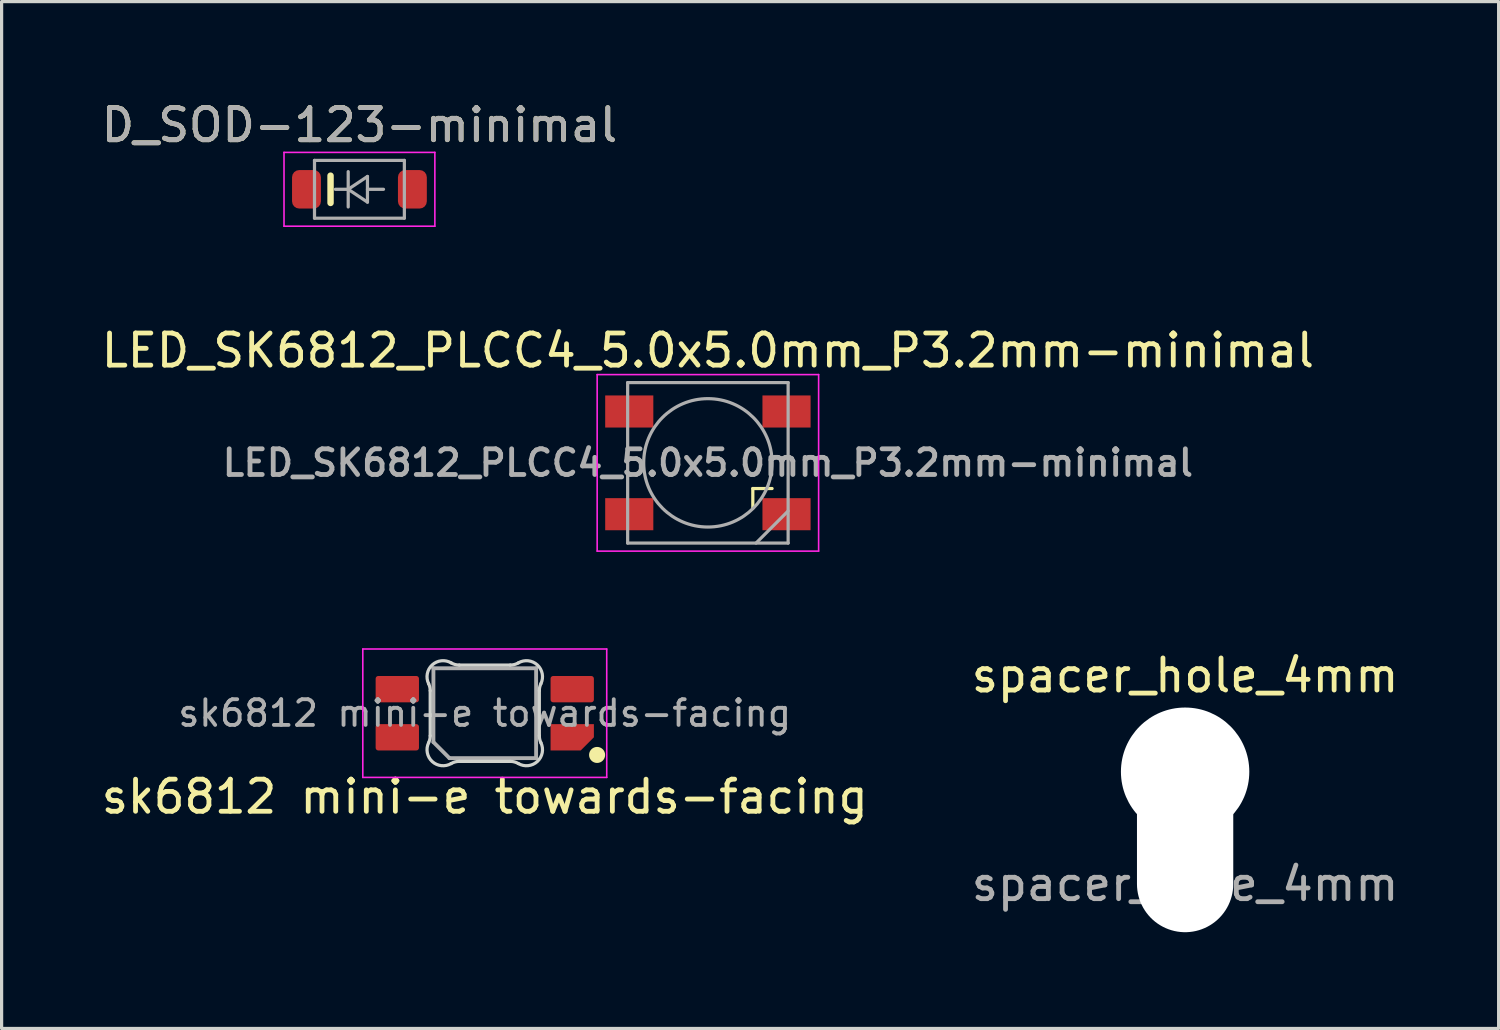
<source format=kicad_pcb>
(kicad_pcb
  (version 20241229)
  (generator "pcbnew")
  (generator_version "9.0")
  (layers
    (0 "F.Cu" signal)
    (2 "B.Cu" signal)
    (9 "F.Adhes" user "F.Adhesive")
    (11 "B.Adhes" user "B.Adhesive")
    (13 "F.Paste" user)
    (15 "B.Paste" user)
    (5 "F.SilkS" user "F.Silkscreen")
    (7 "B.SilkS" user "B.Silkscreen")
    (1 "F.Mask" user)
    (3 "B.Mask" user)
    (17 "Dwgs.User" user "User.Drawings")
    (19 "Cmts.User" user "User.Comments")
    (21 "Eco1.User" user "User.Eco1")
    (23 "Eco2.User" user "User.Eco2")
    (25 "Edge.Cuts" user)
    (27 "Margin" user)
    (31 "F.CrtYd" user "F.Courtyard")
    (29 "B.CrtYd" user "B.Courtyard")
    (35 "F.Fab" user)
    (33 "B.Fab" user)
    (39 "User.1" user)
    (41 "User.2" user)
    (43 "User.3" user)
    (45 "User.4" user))
  (footprint "D_SOD-123-minimal"
    (layer "F.Cu")
    (at 8.149 2.848)
    (property "Reference" "D_SOD-123-minimal" (at 0 -2 0) (layer "F.SilkS") (effects (font (size 1 1) (thickness 0.15))))
    (attr smd)
    (fp_line (start -0.9 -0.425) (end -0.9 0.425) (stroke (width 0.2) (type solid)) (layer "F.SilkS"))
    (fp_line (start -2.35 -1.15) (end -2.35 1.15) (stroke (width 0.05) (type solid)) (layer "F.CrtYd"))
    (fp_line (start -2.35 -1.15) (end 2.35 -1.15) (stroke (width 0.05) (type solid)) (layer "F.CrtYd"))
    (fp_line (start 2.35 -1.15) (end 2.35 1.15) (stroke (width 0.05) (type solid)) (layer "F.CrtYd"))
    (fp_line (start 2.35 1.15) (end -2.35 1.15) (stroke (width 0.05) (type solid)) (layer "F.CrtYd"))
    (fp_line (start -1.4 -0.9) (end 1.4 -0.9) (stroke (width 0.1) (type solid)) (layer "F.Fab"))
    (fp_line (start -1.4 0.9) (end -1.4 -0.9) (stroke (width 0.1) (type solid)) (layer "F.Fab"))
    (fp_line (start -0.75 0) (end -0.35 0) (stroke (width 0.1) (type solid)) (layer "F.Fab"))
    (fp_line (start -0.35 0) (end -0.35 -0.55) (stroke (width 0.1) (type solid)) (layer "F.Fab"))
    (fp_line (start -0.35 0) (end -0.35 0.55) (stroke (width 0.1) (type solid)) (layer "F.Fab"))
    (fp_line (start -0.35 0) (end 0.25 -0.4) (stroke (width 0.1) (type solid)) (layer "F.Fab"))
    (fp_line (start 0.25 -0.4) (end 0.25 0.4) (stroke (width 0.1) (type solid)) (layer "F.Fab"))
    (fp_line (start 0.25 0) (end 0.75 0) (stroke (width 0.1) (type solid)) (layer "F.Fab"))
    (fp_line (start 0.25 0.4) (end -0.35 0) (stroke (width 0.1) (type solid)) (layer "F.Fab"))
    (fp_line (start 1.4 -0.9) (end 1.4 0.9) (stroke (width 0.1) (type solid)) (layer "F.Fab"))
    (fp_line (start 1.4 0.9) (end -1.4 0.9) (stroke (width 0.1) (type solid)) (layer "F.Fab"))
    (fp_text user "${REFERENCE}" (at 0 -2 0) (layer "F.Fab") (effects (font (size 1 1) (thickness 0.15))))
    (pad "1" smd roundrect (at -1.65 0) (size 0.9 1.2) (layers "F.Cu" "F.Mask" "F.Paste") (roundrect_rratio 0.25))
    (pad "2" smd roundrect (at 1.65 0) (size 0.9 1.2) (layers "F.Cu" "F.Mask" "F.Paste") (roundrect_rratio 0.25)))
  (footprint "spacer_hole_4mm"
    (layer "F.Cu")
    (at 33.875 24.495)
    (property "Reference" "spacer_hole_4mm" (at 0 -6.5 0) (layer "F.SilkS") (effects (font (size 1 1) (thickness 0.15))))
    (attr exclude_from_pos_files exclude_from_bom)
    (fp_text user "${REFERENCE}" (at 0 0 0) (layer "F.Fab") (effects (font (size 1 1) (thickness 0.15))))
    (pad "" np_thru_hole circle (at 0 -3.5) (size 4 4) (drill 4) (layers "*.Cu" "*.Mask"))
    (pad "" np_thru_hole oval (at 0 -1.5) (size 3 6) (drill oval 3 6) (layers "*.Cu" "*.Mask")))
  (footprint "sk6812 mini-e towards-facing"
    (layer "F.Cu")
    (at 12.054 19.172)
    (property "Reference" "sk6812 mini-e towards-facing" (at 0 2.6 0) (layer "F.SilkS") (effects (font (size 1 1) (thickness 0.15))))
    (attr smd)
    (fp_circle (center 3.5 1.3) (end 3.7 1.3) (stroke (width 0.1) (type solid)) (fill yes) (layer "F.SilkS"))
    (fp_line (start -1.7 -0.703) (end -1.7 0.703) (stroke (width 0.1) (type solid)) (layer "Edge.Cuts"))
    (fp_line (start -0.794 1.5) (end 0.794 1.5) (stroke (width 0.1) (type solid)) (layer "Edge.Cuts"))
    (fp_line (start 0.794 -1.5) (end -0.794 -1.5) (stroke (width 0.1) (type solid)) (layer "Edge.Cuts"))
    (fp_line (start 1.7 0.703) (end 1.7 -0.703) (stroke (width 0.1) (type solid)) (layer "Edge.Cuts"))
    (fp_arc (start -1.749484 -0.919721) (mid -1.712527 -0.814069) (end -1.699999 -0.702844) (stroke (width 0.1) (type solid)) (layer "Edge.Cuts"))
    (fp_arc (start -1.749484 -0.919721) (mid -1.638071 -1.504035) (end -1.046711 -1.568299) (stroke (width 0.1) (type solid)) (layer "Edge.Cuts"))
    (fp_arc (start -1.699999 0.702841) (mid -1.712527 0.814067) (end -1.749484 0.919719) (stroke (width 0.1) (type solid)) (layer "Edge.Cuts"))
    (fp_arc (start -1.046711 1.568298) (mid -1.638072 1.504034) (end -1.749484 0.919718) (stroke (width 0.1) (type solid)) (layer "Edge.Cuts"))
    (fp_arc (start -1.046711 1.568298) (mid -0.925123 1.517376) (end -0.794452 1.499999) (stroke (width 0.1) (type solid)) (layer "Edge.Cuts"))
    (fp_arc (start -0.794453 -1.5) (mid -0.925123 -1.517377) (end -1.046711 -1.568299) (stroke (width 0.1) (type solid)) (layer "Edge.Cuts"))
    (fp_arc (start 0.794452 1.499999) (mid 0.925122 1.517376) (end 1.04671 1.568298) (stroke (width 0.1) (type solid)) (layer "Edge.Cuts"))
    (fp_arc (start 1.046711 -1.5683) (mid 0.925123 -1.517378) (end 0.794453 -1.500001) (stroke (width 0.1) (type solid)) (layer "Edge.Cuts"))
    (fp_arc (start 1.046711 -1.5683) (mid 1.638071 -1.504036) (end 1.749484 -0.919721) (stroke (width 0.1) (type solid)) (layer "Edge.Cuts"))
    (fp_arc (start 1.699999 -0.702843) (mid 1.712527 -0.814069) (end 1.749484 -0.919721) (stroke (width 0.1) (type solid)) (layer "Edge.Cuts"))
    (fp_arc (start 1.749484 0.919719) (mid 1.63807 1.504033) (end 1.046711 1.568296) (stroke (width 0.1) (type solid)) (layer "Edge.Cuts"))
    (fp_arc (start 1.749484 0.919719) (mid 1.712527 0.814067) (end 1.699999 0.702842) (stroke (width 0.1) (type solid)) (layer "Edge.Cuts"))
    (fp_line (start -3.8 -2) (end 3.8 -2) (stroke (width 0.05) (type solid)) (layer "F.CrtYd"))
    (fp_line (start -3.8 2) (end -3.8 -2) (stroke (width 0.05) (type solid)) (layer "F.CrtYd"))
    (fp_line (start 3.8 -2) (end 3.8 2) (stroke (width 0.05) (type solid)) (layer "F.CrtYd"))
    (fp_line (start 3.8 2) (end -3.8 2) (stroke (width 0.05) (type solid)) (layer "F.CrtYd"))
    (fp_line (start -1.6 -1.4) (end 1.6 -1.4) (stroke (width 0.12) (type solid)) (layer "F.Fab"))
    (fp_line (start -1.6 0.9) (end -1.6 -1.4) (stroke (width 0.12) (type solid)) (layer "F.Fab"))
    (fp_line (start -1.6 0.9) (end -1.1 1.4) (stroke (width 0.12) (type solid)) (layer "F.Fab"))
    (fp_line (start 1.6 -1.4) (end 1.6 1.4) (stroke (width 0.12) (type solid)) (layer "F.Fab"))
    (fp_line (start 1.6 1.4) (end -1.1 1.4) (stroke (width 0.12) (type solid)) (layer "F.Fab"))
    (fp_text user "${REFERENCE}" (at 0 0 0) (layer "F.Fab") (effects (font (size 0.8 0.8) (thickness 0.12))))
    (pad "1" smd roundrect (at -2.725 -0.75 90) (size 0.82 1.35) (layers "F.Cu" "F.Mask" "F.Paste") (roundrect_rratio 0.1))
    (pad "2" smd roundrect (at -2.725 0.75 90) (size 0.82 1.35) (layers "F.Cu" "F.Mask" "F.Paste") (roundrect_rratio 0.1) (chamfer_ratio 0.5) (chamfer))
    (pad "3" smd roundrect (at 2.725 -0.75 90) (size 0.82 1.35) (layers "F.Cu" "F.Mask" "F.Paste") (roundrect_rratio 0.1))
    (pad "4" smd roundrect (at 2.725 0.75 90) (size 0.82 1.35) (layers "F.Cu" "F.Mask" "F.Paste") (roundrect_rratio 0) (chamfer_ratio 0.5) (chamfer bottom_left)))
  (footprint "LED_SK6812_PLCC4_5.0x5.0mm_P3.2mm-minimal"
    (layer "F.Cu")
    (at 19.006 11.371)
    (property "Reference" "LED_SK6812_PLCC4_5.0x5.0mm_P3.2mm-minimal" (at 0 -3.5 0) (layer "F.SilkS") (effects (font (size 1 1) (thickness 0.15))))
    (attr smd)
    (fp_line (start 1.4 0.8) (end 1.4 1.4) (stroke (width 0.1) (type default)) (layer "F.SilkS"))
    (fp_line (start 2 0.8) (end 1.4 0.8) (stroke (width 0.1) (type default)) (layer "F.SilkS"))
    (fp_line (start -3.45 -2.75) (end -3.45 2.75) (stroke (width 0.05) (type solid)) (layer "F.CrtYd"))
    (fp_line (start -3.45 2.75) (end 3.45 2.75) (stroke (width 0.05) (type solid)) (layer "F.CrtYd"))
    (fp_line (start 3.45 -2.75) (end -3.45 -2.75) (stroke (width 0.05) (type solid)) (layer "F.CrtYd"))
    (fp_line (start 3.45 2.75) (end 3.45 -2.75) (stroke (width 0.05) (type solid)) (layer "F.CrtYd"))
    (fp_line (start -2.5 -2.5) (end -2.5 2.5) (stroke (width 0.1) (type solid)) (layer "F.Fab"))
    (fp_line (start -2.5 2.5) (end 2.5 2.5) (stroke (width 0.1) (type solid)) (layer "F.Fab"))
    (fp_line (start 2.5 -2.5) (end -2.5 -2.5) (stroke (width 0.1) (type solid)) (layer "F.Fab"))
    (fp_line (start 2.5 1.5) (end 1.5 2.5) (stroke (width 0.1) (type solid)) (layer "F.Fab"))
    (fp_line (start 2.5 2.5) (end 2.5 -2.5) (stroke (width 0.1) (type solid)) (layer "F.Fab"))
    (fp_circle (center 0 0) (end 0 -2) (stroke (width 0.1) (type solid)) (fill no) (layer "F.Fab"))
    (fp_text user "${REFERENCE}" (at 0 0 0) (layer "F.Fab") (effects (font (size 0.8 0.8) (thickness 0.15))))
    (pad "1" smd rect (at 2.45 1.6) (size 1.5 1) (layers "F.Cu" "F.Mask" "F.Paste"))
    (pad "2" smd rect (at 2.45 -1.6) (size 1.5 1) (layers "F.Cu" "F.Mask" "F.Paste"))
    (pad "3" smd rect (at -2.45 -1.6) (size 1.5 1) (layers "F.Cu" "F.Mask" "F.Paste"))
    (pad "4" smd rect (at -2.45 1.6) (size 1.5 1) (layers "F.Cu" "F.Mask" "F.Paste")))
  (gr_rect
    (start -3 -3)
    (end 43.643 28.995)
    (stroke (width 0.1) (type default))
    (fill no)
    (layer "Edge.Cuts")))
</source>
